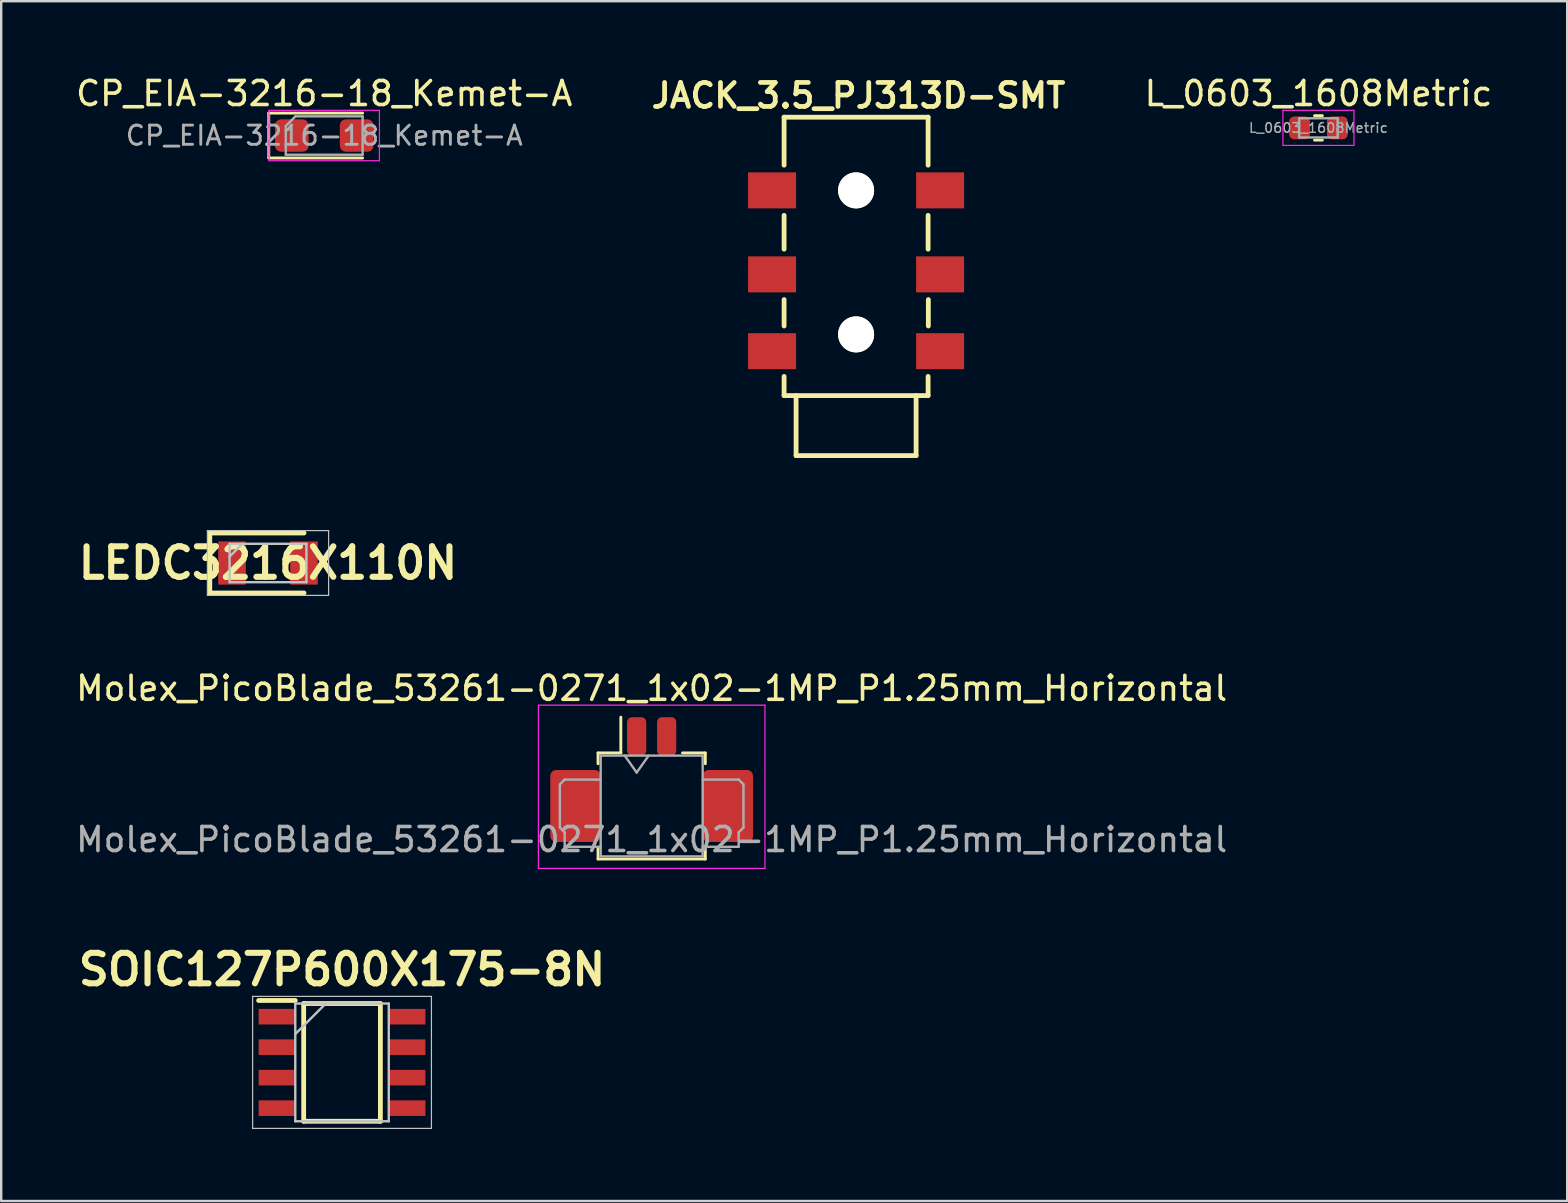
<source format=kicad_pcb>
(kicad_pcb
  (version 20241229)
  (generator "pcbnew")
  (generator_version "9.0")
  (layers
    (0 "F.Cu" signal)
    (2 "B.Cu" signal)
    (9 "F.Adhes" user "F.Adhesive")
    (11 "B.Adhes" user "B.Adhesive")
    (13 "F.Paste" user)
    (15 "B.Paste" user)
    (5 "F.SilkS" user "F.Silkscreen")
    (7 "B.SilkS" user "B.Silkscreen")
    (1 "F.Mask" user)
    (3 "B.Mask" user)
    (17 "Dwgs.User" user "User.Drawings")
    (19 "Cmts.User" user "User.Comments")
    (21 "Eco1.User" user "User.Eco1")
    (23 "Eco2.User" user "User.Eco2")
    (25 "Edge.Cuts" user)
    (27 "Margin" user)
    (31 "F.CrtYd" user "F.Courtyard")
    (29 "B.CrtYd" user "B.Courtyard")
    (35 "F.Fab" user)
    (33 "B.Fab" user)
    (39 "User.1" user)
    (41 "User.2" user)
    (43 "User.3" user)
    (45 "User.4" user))
  (footprint "SOIC127P600X175-8N"
    (layer "F.Cu")
    (at 11.2 41.214)
    (property "Reference" "SOIC127P600X175-8N" (at 0 -3.87 0) (layer "F.SilkS") (effects (font (size 1.27 1.27) (thickness 0.254))))
    (attr smd)
    (fp_line (start -3.475 -2.58) (end -1.948 -2.58) (stroke (width 0.2) (type solid)) (layer "F.SilkS"))
    (fp_line (start -1.598 -2.452) (end 1.598 -2.452) (stroke (width 0.2) (type solid)) (layer "F.SilkS"))
    (fp_line (start -1.598 2.452) (end -1.598 -2.452) (stroke (width 0.2) (type solid)) (layer "F.SilkS"))
    (fp_line (start 1.598 -2.452) (end 1.598 2.452) (stroke (width 0.2) (type solid)) (layer "F.SilkS"))
    (fp_line (start 1.598 2.452) (end -1.598 2.452) (stroke (width 0.2) (type solid)) (layer "F.SilkS"))
    (fp_line (start -3.725 -2.75) (end 3.725 -2.75) (stroke (width 0.05) (type solid)) (layer "Dwgs.User"))
    (fp_line (start -3.725 2.75) (end -3.725 -2.75) (stroke (width 0.05) (type solid)) (layer "Dwgs.User"))
    (fp_line (start -1.948 -2.452) (end 1.948 -2.452) (stroke (width 0.1) (type solid)) (layer "Dwgs.User"))
    (fp_line (start -1.948 -1.182) (end -0.678 -2.452) (stroke (width 0.1) (type solid)) (layer "Dwgs.User"))
    (fp_line (start -1.948 2.452) (end -1.948 -2.452) (stroke (width 0.1) (type solid)) (layer "Dwgs.User"))
    (fp_line (start 1.948 -2.452) (end 1.948 2.452) (stroke (width 0.1) (type solid)) (layer "Dwgs.User"))
    (fp_line (start 1.948 2.452) (end -1.948 2.452) (stroke (width 0.1) (type solid)) (layer "Dwgs.User"))
    (fp_line (start 3.725 -2.75) (end 3.725 2.75) (stroke (width 0.05) (type solid)) (layer "Dwgs.User"))
    (fp_line (start 3.725 2.75) (end -3.725 2.75) (stroke (width 0.05) (type solid)) (layer "Dwgs.User"))
    (pad "1" smd rect (at -2.711 -1.905 90) (size 0.65 1.528) (layers "F.Cu" "F.Mask" "F.Paste"))
    (pad "2" smd rect (at -2.711 -0.635 90) (size 0.65 1.528) (layers "F.Cu" "F.Mask" "F.Paste"))
    (pad "3" smd rect (at -2.711 0.635 90) (size 0.65 1.528) (layers "F.Cu" "F.Mask" "F.Paste"))
    (pad "4" smd rect (at -2.711 1.905 90) (size 0.65 1.528) (layers "F.Cu" "F.Mask" "F.Paste"))
    (pad "5" smd rect (at 2.711 1.905 90) (size 0.65 1.528) (layers "F.Cu" "F.Mask" "F.Paste"))
    (pad "6" smd rect (at 2.711 0.635 90) (size 0.65 1.528) (layers "F.Cu" "F.Mask" "F.Paste"))
    (pad "7" smd rect (at 2.711 -0.635 90) (size 0.65 1.528) (layers "F.Cu" "F.Mask" "F.Paste"))
    (pad "8" smd rect (at 2.711 -1.905 90) (size 0.65 1.528) (layers "F.Cu" "F.Mask" "F.Paste")))
  (footprint "Molex_PicoBlade_53261-0271_1x02-1MP_P1.25mm_Horizontal"
    (layer "F.Cu")
    (at 24.101 30.03)
    (property "Reference" "Molex_PicoBlade_53261-0271_1x02-1MP_P1.25mm_Horizontal" (at 0 -4.4 0) (layer "F.SilkS") (effects (font (size 1 1) (thickness 0.15))))
    (attr smd)
    (fp_line (start -2.235 -1.71) (end -1.285 -1.71) (stroke (width 0.12) (type solid)) (layer "F.SilkS"))
    (fp_line (start -2.235 -1.26) (end -2.235 -1.71) (stroke (width 0.12) (type solid)) (layer "F.SilkS"))
    (fp_line (start -2.235 2.26) (end -2.235 2.71) (stroke (width 0.12) (type solid)) (layer "F.SilkS"))
    (fp_line (start -2.235 2.71) (end 2.235 2.71) (stroke (width 0.12) (type solid)) (layer "F.SilkS"))
    (fp_line (start -1.285 -1.71) (end -1.285 -3.2) (stroke (width 0.12) (type solid)) (layer "F.SilkS"))
    (fp_line (start 2.235 -1.71) (end 1.285 -1.71) (stroke (width 0.12) (type solid)) (layer "F.SilkS"))
    (fp_line (start 2.235 -1.26) (end 2.235 -1.71) (stroke (width 0.12) (type solid)) (layer "F.SilkS"))
    (fp_line (start 2.235 2.71) (end 2.235 2.26) (stroke (width 0.12) (type solid)) (layer "F.SilkS"))
    (fp_line (start -4.72 -3.7) (end -4.72 3.1) (stroke (width 0.05) (type solid)) (layer "F.CrtYd"))
    (fp_line (start -4.72 3.1) (end 4.72 3.1) (stroke (width 0.05) (type solid)) (layer "F.CrtYd"))
    (fp_line (start 4.72 -3.7) (end -4.72 -3.7) (stroke (width 0.05) (type solid)) (layer "F.CrtYd"))
    (fp_line (start 4.72 3.1) (end 4.72 -3.7) (stroke (width 0.05) (type solid)) (layer "F.CrtYd"))
    (fp_line (start -3.825 -0.4) (end -3.825 1.4) (stroke (width 0.1) (type solid)) (layer "F.Fab"))
    (fp_line (start -3.825 1.4) (end -3.625 1.6) (stroke (width 0.1) (type solid)) (layer "F.Fab"))
    (fp_line (start -3.625 -0.6) (end -3.825 -0.4) (stroke (width 0.1) (type solid)) (layer "F.Fab"))
    (fp_line (start -3.625 1.6) (end -3.625 2.2) (stroke (width 0.1) (type solid)) (layer "F.Fab"))
    (fp_line (start -3.625 2.2) (end -2.125 2.2) (stroke (width 0.1) (type solid)) (layer "F.Fab"))
    (fp_line (start -2.125 -1.6) (end -2.125 2.6) (stroke (width 0.1) (type solid)) (layer "F.Fab"))
    (fp_line (start -2.125 -1.6) (end 2.125 -1.6) (stroke (width 0.1) (type solid)) (layer "F.Fab"))
    (fp_line (start -2.125 -0.6) (end -3.625 -0.6) (stroke (width 0.1) (type solid)) (layer "F.Fab"))
    (fp_line (start -2.125 2.6) (end 2.125 2.6) (stroke (width 0.1) (type solid)) (layer "F.Fab"))
    (fp_line (start -1.125 -1.6) (end -0.625 -0.893) (stroke (width 0.1) (type solid)) (layer "F.Fab"))
    (fp_line (start -0.625 -0.893) (end -0.125 -1.6) (stroke (width 0.1) (type solid)) (layer "F.Fab"))
    (fp_line (start 2.125 -1.6) (end 2.125 2.6) (stroke (width 0.1) (type solid)) (layer "F.Fab"))
    (fp_line (start 2.125 -0.6) (end 3.625 -0.6) (stroke (width 0.1) (type solid)) (layer "F.Fab"))
    (fp_line (start 3.625 -0.6) (end 3.825 -0.4) (stroke (width 0.1) (type solid)) (layer "F.Fab"))
    (fp_line (start 3.625 1.6) (end 3.625 2.2) (stroke (width 0.1) (type solid)) (layer "F.Fab"))
    (fp_line (start 3.625 2.2) (end 2.125 2.2) (stroke (width 0.1) (type solid)) (layer "F.Fab"))
    (fp_line (start 3.825 -0.4) (end 3.825 1.4) (stroke (width 0.1) (type solid)) (layer "F.Fab"))
    (fp_line (start 3.825 1.4) (end 3.625 1.6) (stroke (width 0.1) (type solid)) (layer "F.Fab"))
    (fp_text user "${REFERENCE}" (at 0 1.9 0) (layer "F.Fab") (effects (font (size 1 1) (thickness 0.15))))
    (pad "1" smd roundrect (at -0.625 -2.4) (size 0.8 1.6) (layers "F.Cu" "F.Mask" "F.Paste") (roundrect_rratio 0.25))
    (pad "2" smd roundrect (at 0.625 -2.4) (size 0.8 1.6) (layers "F.Cu" "F.Mask" "F.Paste") (roundrect_rratio 0.25))
    (pad "MP" smd roundrect (at -3.175 0.5) (size 2.1 3) (layers "F.Cu" "F.Mask" "F.Paste") (roundrect_rratio 0.119))
    (pad "MP" smd roundrect (at 3.175 0.5) (size 2.1 3) (layers "F.Cu" "F.Mask" "F.Paste") (roundrect_rratio 0.119)))
  (footprint "LEDC3216X110N"
    (layer "F.Cu")
    (at 8.116 20.407)
    (property "Reference" "LEDC3216X110N" (at 0 0 0) (layer "F.SilkS") (effects (font (size 1.27 1.27) (thickness 0.254))))
    (attr smd)
    (fp_line (start -2.425 -1.25) (end -2.425 1.25) (stroke (width 0.2) (type solid)) (layer "F.SilkS"))
    (fp_line (start -2.425 1.25) (end 1.5 1.25) (stroke (width 0.2) (type solid)) (layer "F.SilkS"))
    (fp_line (start 1.5 -1.25) (end -2.425 -1.25) (stroke (width 0.2) (type solid)) (layer "F.SilkS"))
    (fp_line (start -2.525 -1.35) (end 2.525 -1.35) (stroke (width 0.05) (type solid)) (layer "Dwgs.User"))
    (fp_line (start -2.525 1.35) (end -2.525 -1.35) (stroke (width 0.05) (type solid)) (layer "Dwgs.User"))
    (fp_line (start -1.6 -0.8) (end 1.6 -0.8) (stroke (width 0.1) (type solid)) (layer "Dwgs.User"))
    (fp_line (start -1.6 -0.267) (end -1.067 -0.8) (stroke (width 0.1) (type solid)) (layer "Dwgs.User"))
    (fp_line (start -1.6 0.8) (end -1.6 -0.8) (stroke (width 0.1) (type solid)) (layer "Dwgs.User"))
    (fp_line (start 1.6 -0.8) (end 1.6 0.8) (stroke (width 0.1) (type solid)) (layer "Dwgs.User"))
    (fp_line (start 1.6 0.8) (end -1.6 0.8) (stroke (width 0.1) (type solid)) (layer "Dwgs.User"))
    (fp_line (start 2.525 -1.35) (end 2.525 1.35) (stroke (width 0.05) (type solid)) (layer "Dwgs.User"))
    (fp_line (start 2.525 1.35) (end -2.525 1.35) (stroke (width 0.05) (type solid)) (layer "Dwgs.User"))
    (pad "1" smd rect (at -1.5 0) (size 1.15 1.8) (layers "F.Cu" "F.Mask" "F.Paste"))
    (pad "2" smd rect (at 1.5 0) (size 1.15 1.8) (layers "F.Cu" "F.Mask" "F.Paste")))
  (footprint "L_0603_1608Metric"
    (layer "F.Cu")
    (at 51.882 2.278)
    (property "Reference" "L_0603_1608Metric" (at 0 -1.43 0) (layer "F.SilkS") (effects (font (size 1 1) (thickness 0.15))))
    (attr smd)
    (fp_line (start -0.163 -0.51) (end 0.163 -0.51) (stroke (width 0.12) (type solid)) (layer "F.SilkS"))
    (fp_line (start -0.163 0.51) (end 0.163 0.51) (stroke (width 0.12) (type solid)) (layer "F.SilkS"))
    (fp_line (start -1.48 -0.73) (end 1.48 -0.73) (stroke (width 0.05) (type solid)) (layer "F.CrtYd"))
    (fp_line (start -1.48 0.73) (end -1.48 -0.73) (stroke (width 0.05) (type solid)) (layer "F.CrtYd"))
    (fp_line (start 1.48 -0.73) (end 1.48 0.73) (stroke (width 0.05) (type solid)) (layer "F.CrtYd"))
    (fp_line (start 1.48 0.73) (end -1.48 0.73) (stroke (width 0.05) (type solid)) (layer "F.CrtYd"))
    (fp_line (start -0.8 -0.4) (end 0.8 -0.4) (stroke (width 0.1) (type solid)) (layer "F.Fab"))
    (fp_line (start -0.8 0.4) (end -0.8 -0.4) (stroke (width 0.1) (type solid)) (layer "F.Fab"))
    (fp_line (start 0.8 -0.4) (end 0.8 0.4) (stroke (width 0.1) (type solid)) (layer "F.Fab"))
    (fp_line (start 0.8 0.4) (end -0.8 0.4) (stroke (width 0.1) (type solid)) (layer "F.Fab"))
    (fp_text user "${REFERENCE}" (at 0 0 0) (layer "F.Fab") (effects (font (size 0.4 0.4) (thickness 0.06))))
    (pad "1" smd roundrect (at -0.787 0) (size 0.875 0.95) (layers "F.Cu" "F.Mask" "F.Paste") (roundrect_rratio 0.25))
    (pad "2" smd roundrect (at 0.787 0) (size 0.875 0.95) (layers "F.Cu" "F.Mask" "F.Paste") (roundrect_rratio 0.25)))
  (footprint "CP_EIA-3216-18_Kemet-A"
    (layer "F.Cu")
    (at 10.458 2.598)
    (property "Reference" "CP_EIA-3216-18_Kemet-A" (at 0 -1.75 0) (layer "F.SilkS") (effects (font (size 1 1) (thickness 0.15))))
    (attr smd)
    (fp_line (start -2.31 -0.935) (end -2.31 0.935) (stroke (width 0.12) (type solid)) (layer "F.SilkS"))
    (fp_line (start -2.31 0.935) (end 1.6 0.935) (stroke (width 0.12) (type solid)) (layer "F.SilkS"))
    (fp_line (start 1.6 -0.935) (end -2.31 -0.935) (stroke (width 0.12) (type solid)) (layer "F.SilkS"))
    (fp_line (start -2.3 -1.05) (end 2.3 -1.05) (stroke (width 0.05) (type solid)) (layer "F.CrtYd"))
    (fp_line (start -2.3 1.05) (end -2.3 -1.05) (stroke (width 0.05) (type solid)) (layer "F.CrtYd"))
    (fp_line (start 2.3 -1.05) (end 2.3 1.05) (stroke (width 0.05) (type solid)) (layer "F.CrtYd"))
    (fp_line (start 2.3 1.05) (end -2.3 1.05) (stroke (width 0.05) (type solid)) (layer "F.CrtYd"))
    (fp_line (start -1.6 -0.4) (end -1.6 0.8) (stroke (width 0.1) (type solid)) (layer "F.Fab"))
    (fp_line (start -1.6 0.8) (end 1.6 0.8) (stroke (width 0.1) (type solid)) (layer "F.Fab"))
    (fp_line (start -1.2 -0.8) (end -1.6 -0.4) (stroke (width 0.1) (type solid)) (layer "F.Fab"))
    (fp_line (start 1.6 -0.8) (end -1.2 -0.8) (stroke (width 0.1) (type solid)) (layer "F.Fab"))
    (fp_line (start 1.6 0.8) (end 1.6 -0.8) (stroke (width 0.1) (type solid)) (layer "F.Fab"))
    (fp_text user "${REFERENCE}" (at 0 0 0) (layer "F.Fab") (effects (font (size 0.8 0.8) (thickness 0.12))))
    (pad "1" smd roundrect (at -1.35 0) (size 1.4 1.35) (layers "F.Cu" "F.Mask" "F.Paste") (roundrect_rratio 0.185))
    (pad "2" smd roundrect (at 1.35 0) (size 1.4 1.35) (layers "F.Cu" "F.Mask" "F.Paste") (roundrect_rratio 0.185)))
  (footprint "JACK_3.5_PJ313D-SMT"
    (layer "F.Cu")
    (at 32.618 7.632)
    (property "Reference" "JACK_3.5_PJ313D-SMT" (at 0.1 -6.7 0) (layer "F.SilkS") (effects (font (size 0.998 0.998) (thickness 0.198))))
    (attr through_hole)
    (fp_line (start -3 -5.8) (end -3 -3.8) (stroke (width 0.2) (type solid)) (layer "F.SilkS"))
    (fp_line (start -3 -5.8) (end 3 -5.8) (stroke (width 0.2) (type solid)) (layer "F.SilkS"))
    (fp_line (start -3 -1.71) (end -3 -0.3) (stroke (width 0.2) (type solid)) (layer "F.SilkS"))
    (fp_line (start -3 1.8) (end -3 2.9) (stroke (width 0.2) (type solid)) (layer "F.SilkS"))
    (fp_line (start -3 5) (end -3 5.8) (stroke (width 0.2) (type solid)) (layer "F.SilkS"))
    (fp_line (start -3 5.8) (end 3 5.8) (stroke (width 0.2) (type solid)) (layer "F.SilkS"))
    (fp_line (start -2.5 5.8) (end -2.5 8.3) (stroke (width 0.2) (type solid)) (layer "F.SilkS"))
    (fp_line (start -2.5 8.3) (end 2.5 8.3) (stroke (width 0.2) (type solid)) (layer "F.SilkS"))
    (fp_line (start 2.5 5.8) (end 2.5 8.3) (stroke (width 0.2) (type solid)) (layer "F.SilkS"))
    (fp_line (start 3 -5.8) (end 3 -3.8) (stroke (width 0.2) (type solid)) (layer "F.SilkS"))
    (fp_line (start 3 -1.71) (end 3 -0.3) (stroke (width 0.2) (type solid)) (layer "F.SilkS"))
    (fp_line (start 3 5) (end 3 5.8) (stroke (width 0.2) (type solid)) (layer "F.SilkS"))
    (fp_line (start 3.01 1.8) (end 3.01 2.9) (stroke (width 0.2) (type solid)) (layer "F.SilkS"))
    (pad "" np_thru_hole circle (at 0 -2.75) (size 1.5 1.5) (drill 1.5) (layers "*.Cu" "*.Mask" "F.SilkS"))
    (pad "" np_thru_hole circle (at 0 3.25) (size 1.5 1.5) (drill 1.5) (layers "*.Cu" "*.Mask" "F.SilkS"))
    (pad "R" smd rect (at -3.5 0.75) (size 2 1.5) (layers "F.Cu" "F.Mask" "F.Paste"))
    (pad "R" smd rect (at 3.5 0.75) (size 2 1.5) (layers "F.Cu" "F.Mask" "F.Paste"))
    (pad "S" smd rect (at -3.5 3.95) (size 2 1.5) (layers "F.Cu" "F.Mask" "F.Paste"))
    (pad "S" smd rect (at 3.5 3.95) (size 2 1.5) (layers "F.Cu" "F.Mask" "F.Paste"))
    (pad "T" smd rect (at -3.5 -2.75) (size 2 1.5) (layers "F.Cu" "F.Mask" "F.Paste"))
    (pad "T" smd rect (at 3.5 -2.75) (size 2 1.5) (layers "F.Cu" "F.Mask" "F.Paste")))
  (gr_rect
    (start -3 -3)
    (end 62.245 46.989)
    (stroke (width 0.1) (type default))
    (fill no)
    (layer "Edge.Cuts")))
</source>
